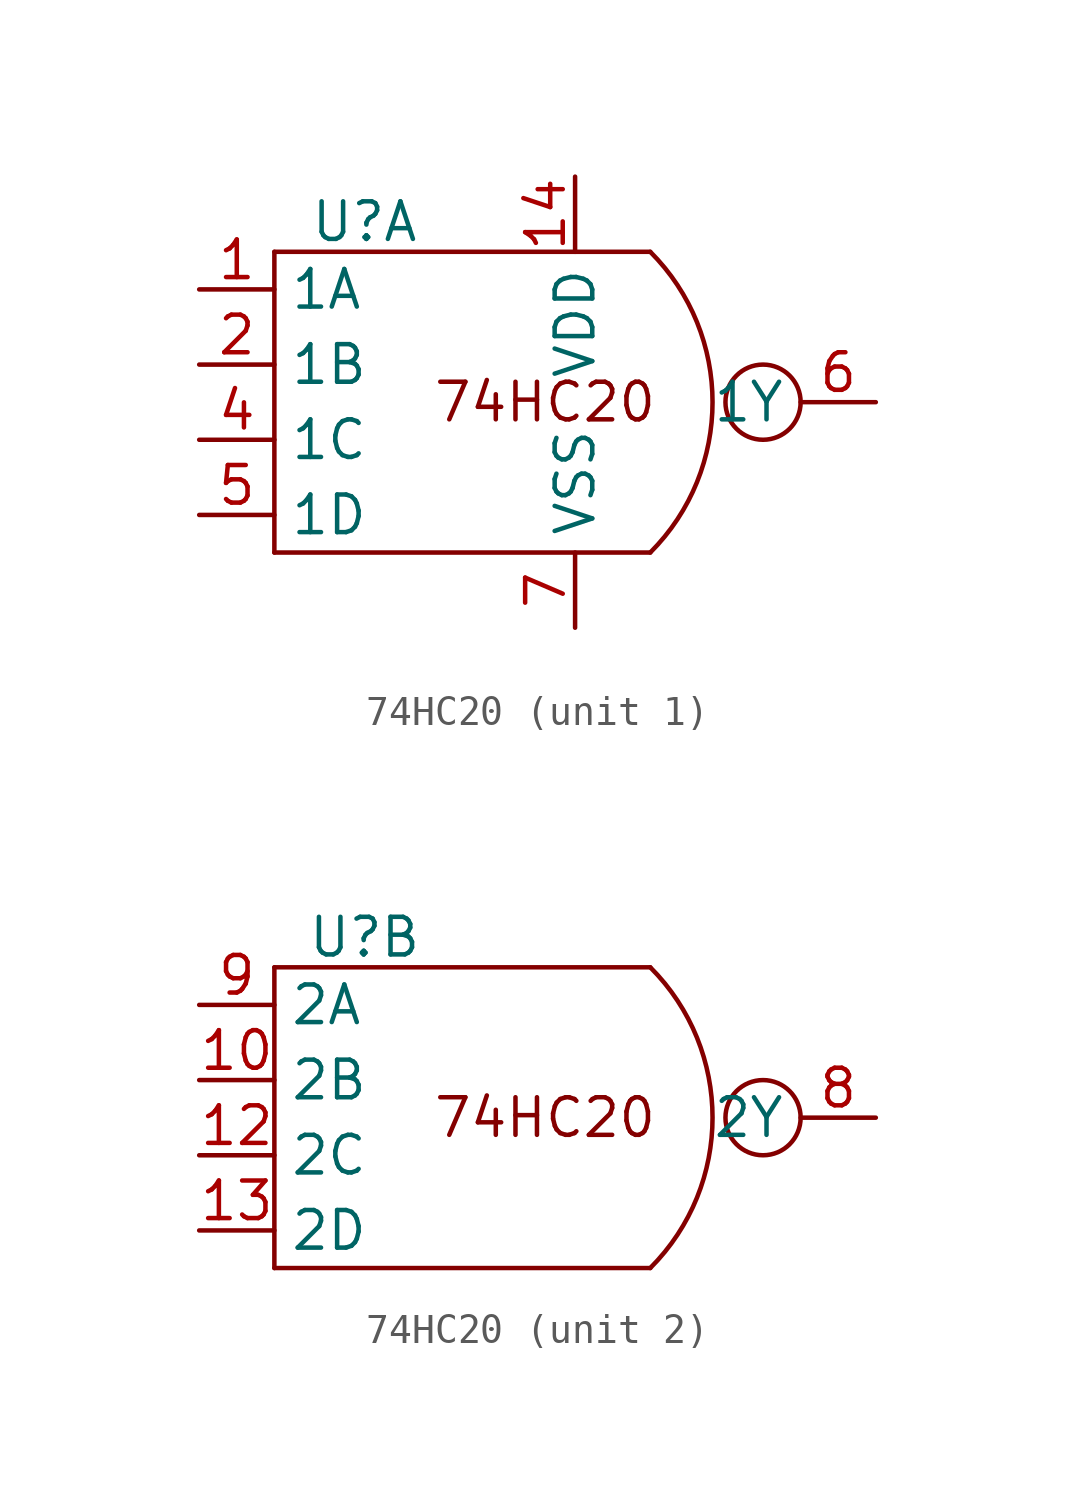
<source format=kicad_sym>
(kicad_symbol_lib
  (version 20231120)
  (generator "kicad_symbol_editor")
  (generator_version "8.0")
  (symbol "74HC20"
    (property "Reference" "U"
      (at -2.032 6.096 0)
      (effects (font (size 1.27 1.27))))
    (property "Value" ""
      (at 0 0 0)
      (effects (font (size 1.27 1.27))))
    (property "ki_locked" ""
      (at 0 0 0)
      (effects (font (size 1.27 1.27))))
    (symbol "74HC20_1_1"
      (polyline (pts (xy -5.08 -5.08) (xy 7.62 -5.08)) (stroke (width 0) (type default)) (fill (type none)))
      (polyline (pts (xy -5.08 5.08) (xy -5.08 -5.08)) (stroke (width 0) (type default)) (fill (type none)))
      (polyline (pts (xy -5.08 5.08) (xy 7.62 5.08)) (stroke (width 0) (type default)) (fill (type none)))
      (arc (start 7.62 -5.08) (mid 9.7242 0) (end 7.62 5.08) (stroke (width 0) (type default)) (fill (type none)))
      (circle (center 11.43 0) (radius 1.27) (stroke (width 0) (type default)) (fill (type none)))
      (text "74HC20" (at 4.064 0 0) (effects (font (size 1.27 1.27))))
      (pin input line (at -7.62 3.81 0) (length 2.54) (name "1A" (effects (font (size 1.27 1.27)))) (number "1" (effects (font (size 1.27 1.27)))))
      (pin power_in line (at 5.08 7.62 270) (length 2.54) (name "VDD" (effects (font (size 1.27 1.27)))) (number "14" (effects (font (size 1.27 1.27)))))
      (pin input line (at -7.62 1.27 0) (length 2.54) (name "1B" (effects (font (size 1.27 1.27)))) (number "2" (effects (font (size 1.27 1.27)))))
      (pin input line (at -7.62 -1.27 0) (length 2.54) (name "1C" (effects (font (size 1.27 1.27)))) (number "4" (effects (font (size 1.27 1.27)))))
      (pin input line (at -7.62 -3.81 0) (length 2.54) (name "1D" (effects (font (size 1.27 1.27)))) (number "5" (effects (font (size 1.27 1.27)))))
      (pin output line (at 15.24 0 180) (length 2.54) (name "1Y" (effects (font (size 1.27 1.27)))) (number "6" (effects (font (size 1.27 1.27)))))
      (pin power_in line (at 5.08 -7.62 90) (length 2.54) (name "VSS" (effects (font (size 1.27 1.27)))) (number "7" (effects (font (size 1.27 1.27))))))
    (symbol "74HC20_2_1"
      (polyline (pts (xy -5.08 -5.08) (xy 7.62 -5.08)) (stroke (width 0) (type default)) (fill (type none)))
      (polyline (pts (xy -5.08 5.08) (xy -5.08 -5.08)) (stroke (width 0) (type default)) (fill (type none)))
      (polyline (pts (xy -5.08 5.08) (xy 7.62 5.08)) (stroke (width 0) (type default)) (fill (type none)))
      (arc (start 7.62 -5.08) (mid 9.7242 0) (end 7.62 5.08) (stroke (width 0) (type default)) (fill (type none)))
      (circle (center 11.43 0) (radius 1.27) (stroke (width 0) (type default)) (fill (type none)))
      (text "74HC20" (at 4.064 0 0) (effects (font (size 1.27 1.27))))
      (pin input line (at -7.62 1.27 0) (length 2.54) (name "2B" (effects (font (size 1.27 1.27)))) (number "10" (effects (font (size 1.27 1.27)))))
      (pin input line (at -7.62 -1.27 0) (length 2.54) (name "2C" (effects (font (size 1.27 1.27)))) (number "12" (effects (font (size 1.27 1.27)))))
      (pin input line (at -7.62 -3.81 0) (length 2.54) (name "2D" (effects (font (size 1.27 1.27)))) (number "13" (effects (font (size 1.27 1.27)))))
      (pin output line (at 15.24 0 180) (length 2.54) (name "2Y" (effects (font (size 1.27 1.27)))) (number "8" (effects (font (size 1.27 1.27)))))
      (pin input line (at -7.62 3.81 0) (length 2.54) (name "2A" (effects (font (size 1.27 1.27)))) (number "9" (effects (font (size 1.27 1.27))))))))
</source>
